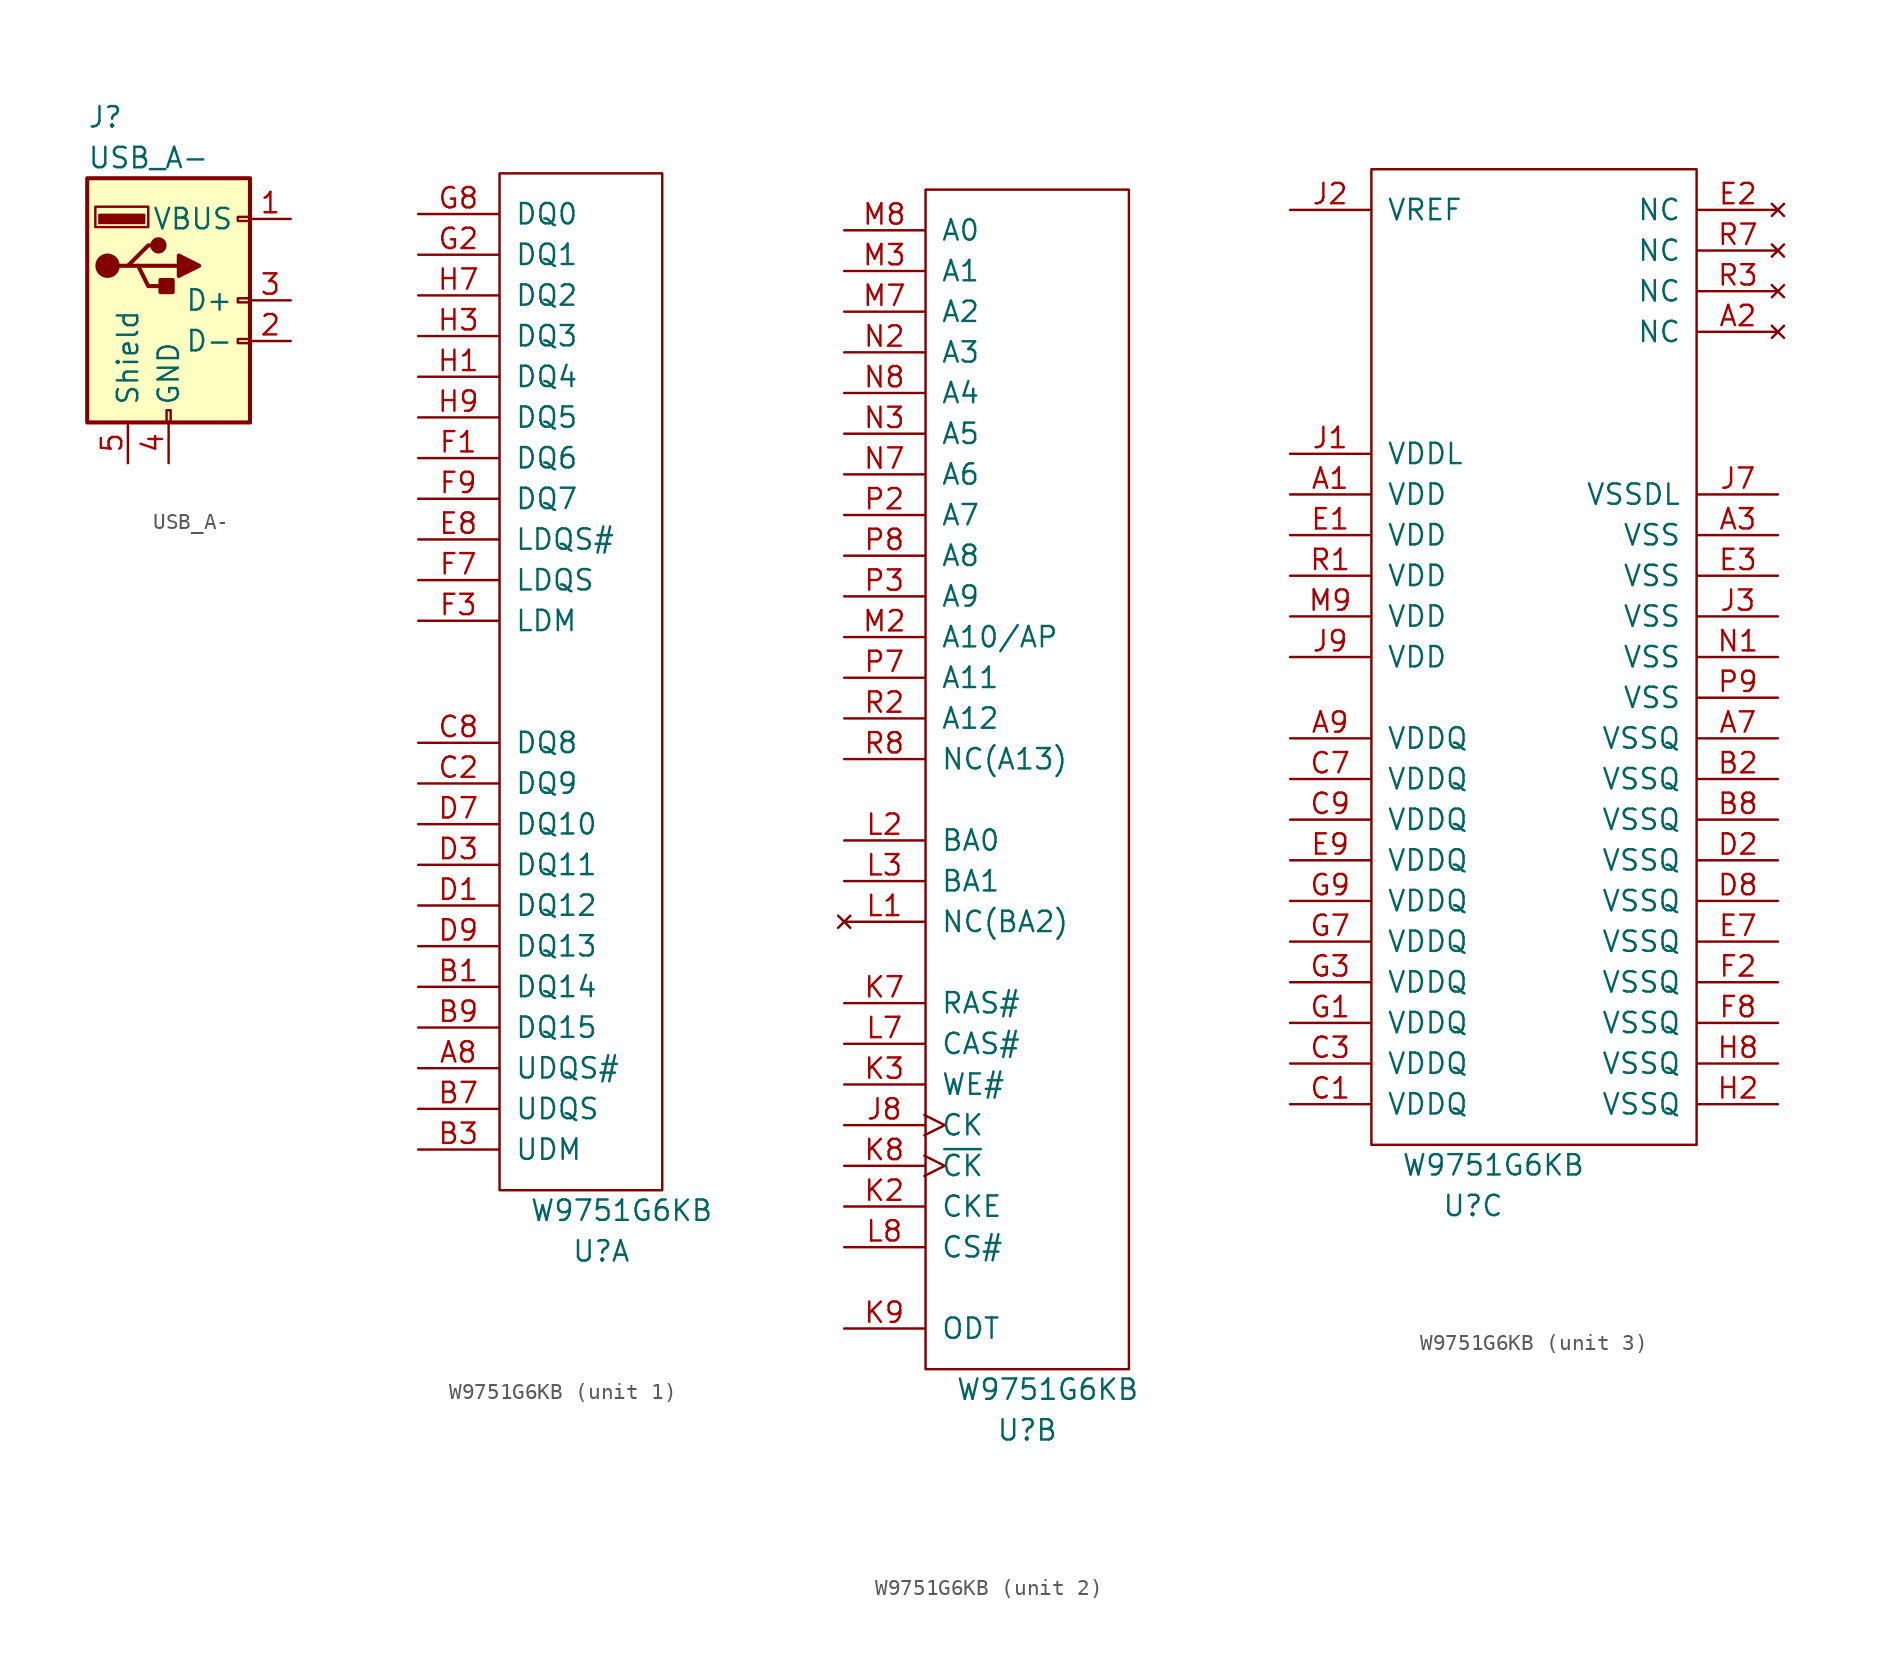
<source format=kicad_sym>
(kicad_symbol_lib
  (version 20220914)
  (generator kicad_symbol_editor)
  (symbol "USB_A-"
    (pin_names
      (offset 1.016))
    (property "Reference" "J"
      (at -5.08 11.43 0)
      (effects (font (size 1.27 1.27)) (justify left)))
    (property "Value" "USB_A-"
      (at -5.08 8.89 0)
      (effects (font (size 1.27 1.27)) (justify left)))
    (symbol "USB_A-_0_1"
      (rectangle (start -5.08 -7.62) (end 5.08 7.62) (stroke (width 0.254) (type solid)) (fill (type background)))
      (circle (center -3.81 2.159) (radius 0.635) (stroke (width 0.254) (type solid)) (fill (type outline)))
      (rectangle (start -1.524 4.826) (end -4.318 5.334) (stroke (width 0) (type solid)) (fill (type outline)))
      (rectangle (start -1.27 4.572) (end -4.572 5.842) (stroke (width 0) (type solid)) (fill (type none)))
      (circle (center -0.635 3.429) (radius 0.381) (stroke (width 0.254) (type solid)) (fill (type outline)))
      (rectangle (start -0.127 -7.62) (end 0.127 -6.858) (stroke (width 0) (type solid)) (fill (type none)))
      (polyline (pts (xy -3.175 2.159) (xy -2.54 2.159) (xy -1.27 3.429) (xy -0.635 3.429)) (stroke (width 0.254) (type solid)) (fill (type none)))
      (polyline (pts (xy -2.54 2.159) (xy -1.905 2.159) (xy -1.27 0.889) (xy 0 0.889)) (stroke (width 0.254) (type solid)) (fill (type none)))
      (polyline (pts (xy 0.635 2.794) (xy 0.635 1.524) (xy 1.905 2.159) (xy 0.635 2.794)) (stroke (width 0.254) (type solid)) (fill (type outline)))
      (rectangle (start 0.254 1.27) (end -0.508 0.508) (stroke (width 0.254) (type solid)) (fill (type outline)))
      (rectangle (start 5.08 -2.667) (end 4.318 -2.413) (stroke (width 0) (type solid)) (fill (type none)))
      (rectangle (start 5.08 -0.127) (end 4.318 0.127) (stroke (width 0) (type solid)) (fill (type none)))
      (rectangle (start 5.08 4.953) (end 4.318 5.207) (stroke (width 0) (type solid)) (fill (type none))))
    (symbol "USB_A-_1_1"
      (polyline (pts (xy -1.905 2.159) (xy 0.635 2.159)) (stroke (width 0.254) (type solid)) (fill (type none)))
      (pin power_in line (at 7.62 5.08 180) (length 2.54) (name "VBUS" (effects (font (size 1.27 1.27)))) (number "1" (effects (font (size 1.27 1.27)))))
      (pin passive line (at 7.62 -2.54 180) (length 2.54) (name "D-" (effects (font (size 1.27 1.27)))) (number "2" (effects (font (size 1.27 1.27)))))
      (pin passive line (at 7.62 0 180) (length 2.54) (name "D+" (effects (font (size 1.27 1.27)))) (number "3" (effects (font (size 1.27 1.27)))))
      (pin power_in line (at 0 -10.16 90) (length 2.54) (name "GND" (effects (font (size 1.27 1.27)))) (number "4" (effects (font (size 1.27 1.27)))))
      (pin passive line (at -2.54 -10.16 90) (length 2.54) (name "Shield" (effects (font (size 1.27 1.27)))) (number "5" (effects (font (size 1.27 1.27)))))))
  (symbol "W9751G6KB"
    (pin_names
      (offset 1.016))
    (property "Reference" "U"
      (at 6.35 -3.81 0)
      (effects (font (size 1.27 1.27))))
    (property "Value" "W9751G6KB"
      (at 7.62 -1.27 0)
      (effects (font (size 1.27 1.27))))
    (property "ki_locked" ""
      (at 0 0 0)
      (effects (font (size 1.27 1.27))))
    (symbol "W9751G6KB_1_0"
      (rectangle (start 0 0) (end 10.16 63.5) (stroke (width 0) (type solid)) (fill (type none))))
    (symbol "W9751G6KB_1_1"
      (pin bidirectional line (at -5.08 7.62 0) (length 5.004) (name "UDQS#" (effects (font (size 1.27 1.27)))) (number "A8" (effects (font (size 1.27 1.27)))))
      (pin bidirectional line (at -5.08 12.7 0) (length 5.004) (name "DQ14" (effects (font (size 1.27 1.27)))) (number "B1" (effects (font (size 1.27 1.27)))))
      (pin input line (at -5.08 2.54 0) (length 5.004) (name "UDM" (effects (font (size 1.27 1.27)))) (number "B3" (effects (font (size 1.27 1.27)))))
      (pin bidirectional line (at -5.08 5.08 0) (length 5.004) (name "UDQS" (effects (font (size 1.27 1.27)))) (number "B7" (effects (font (size 1.27 1.27)))))
      (pin bidirectional line (at -5.08 10.16 0) (length 5.004) (name "DQ15" (effects (font (size 1.27 1.27)))) (number "B9" (effects (font (size 1.27 1.27)))))
      (pin bidirectional line (at -5.08 25.4 0) (length 5.004) (name "DQ9" (effects (font (size 1.27 1.27)))) (number "C2" (effects (font (size 1.27 1.27)))))
      (pin bidirectional line (at -5.08 27.94 0) (length 5.004) (name "DQ8" (effects (font (size 1.27 1.27)))) (number "C8" (effects (font (size 1.27 1.27)))))
      (pin bidirectional line (at -5.08 17.78 0) (length 5.004) (name "DQ12" (effects (font (size 1.27 1.27)))) (number "D1" (effects (font (size 1.27 1.27)))))
      (pin bidirectional line (at -5.08 20.32 0) (length 5.004) (name "DQ11" (effects (font (size 1.27 1.27)))) (number "D3" (effects (font (size 1.27 1.27)))))
      (pin bidirectional line (at -5.08 22.86 0) (length 5.004) (name "DQ10" (effects (font (size 1.27 1.27)))) (number "D7" (effects (font (size 1.27 1.27)))))
      (pin bidirectional line (at -5.08 15.24 0) (length 5.004) (name "DQ13" (effects (font (size 1.27 1.27)))) (number "D9" (effects (font (size 1.27 1.27)))))
      (pin bidirectional line (at -5.08 40.64 0) (length 5.004) (name "LDQS#" (effects (font (size 1.27 1.27)))) (number "E8" (effects (font (size 1.27 1.27)))))
      (pin bidirectional line (at -5.08 45.72 0) (length 5.004) (name "DQ6" (effects (font (size 1.27 1.27)))) (number "F1" (effects (font (size 1.27 1.27)))))
      (pin bidirectional line (at -5.08 35.56 0) (length 5.004) (name "LDM" (effects (font (size 1.27 1.27)))) (number "F3" (effects (font (size 1.27 1.27)))))
      (pin bidirectional line (at -5.08 38.1 0) (length 5.004) (name "LDQS" (effects (font (size 1.27 1.27)))) (number "F7" (effects (font (size 1.27 1.27)))))
      (pin bidirectional line (at -5.08 43.18 0) (length 5.004) (name "DQ7" (effects (font (size 1.27 1.27)))) (number "F9" (effects (font (size 1.27 1.27)))))
      (pin bidirectional line (at -5.08 58.42 0) (length 5.004) (name "DQ1" (effects (font (size 1.27 1.27)))) (number "G2" (effects (font (size 1.27 1.27)))))
      (pin bidirectional line (at -5.08 60.96 0) (length 5.004) (name "DQ0" (effects (font (size 1.27 1.27)))) (number "G8" (effects (font (size 1.27 1.27)))))
      (pin bidirectional line (at -5.08 50.8 0) (length 5.004) (name "DQ4" (effects (font (size 1.27 1.27)))) (number "H1" (effects (font (size 1.27 1.27)))))
      (pin bidirectional line (at -5.08 53.34 0) (length 5.004) (name "DQ3" (effects (font (size 1.27 1.27)))) (number "H3" (effects (font (size 1.27 1.27)))))
      (pin bidirectional line (at -5.08 55.88 0) (length 5.004) (name "DQ2" (effects (font (size 1.27 1.27)))) (number "H7" (effects (font (size 1.27 1.27)))))
      (pin bidirectional line (at -5.08 48.26 0) (length 5.004) (name "DQ5" (effects (font (size 1.27 1.27)))) (number "H9" (effects (font (size 1.27 1.27))))))
    (symbol "W9751G6KB_2_0"
      (rectangle (start 0 0) (end 12.7 73.66) (stroke (width 0) (type solid)) (fill (type none))))
    (symbol "W9751G6KB_2_1"
      (pin input clock (at -5.08 15.24 0) (length 5.004) (name "CK" (effects (font (size 1.27 1.27)))) (number "J8" (effects (font (size 1.27 1.27)))))
      (pin input line (at -5.08 10.16 0) (length 5.004) (name "CKE" (effects (font (size 1.27 1.27)))) (number "K2" (effects (font (size 1.27 1.27)))))
      (pin input line (at -5.08 17.78 0) (length 5.004) (name "WE#" (effects (font (size 1.27 1.27)))) (number "K3" (effects (font (size 1.27 1.27)))))
      (pin input line (at -5.08 22.86 0) (length 5.004) (name "RAS#" (effects (font (size 1.27 1.27)))) (number "K7" (effects (font (size 1.27 1.27)))))
      (pin input clock (at -5.08 12.7 0) (length 5.004) (name "~{CK}" (effects (font (size 1.27 1.27)))) (number "K8" (effects (font (size 1.27 1.27)))))
      (pin input line (at -5.08 2.54 0) (length 5.004) (name "ODT" (effects (font (size 1.27 1.27)))) (number "K9" (effects (font (size 1.27 1.27)))))
      (pin no_connect line (at -5.08 27.94 0) (length 5.004) (name "NC(BA2)" (effects (font (size 1.27 1.27)))) (number "L1" (effects (font (size 1.27 1.27)))))
      (pin input line (at -5.08 33.02 0) (length 5.004) (name "BA0" (effects (font (size 1.27 1.27)))) (number "L2" (effects (font (size 1.27 1.27)))))
      (pin input line (at -5.08 30.48 0) (length 5.004) (name "BA1" (effects (font (size 1.27 1.27)))) (number "L3" (effects (font (size 1.27 1.27)))))
      (pin input line (at -5.08 20.32 0) (length 5.004) (name "CAS#" (effects (font (size 1.27 1.27)))) (number "L7" (effects (font (size 1.27 1.27)))))
      (pin input line (at -5.08 7.62 0) (length 5.004) (name "CS#" (effects (font (size 1.27 1.27)))) (number "L8" (effects (font (size 1.27 1.27)))))
      (pin input line (at -5.08 45.72 0) (length 5.004) (name "A10/AP" (effects (font (size 1.27 1.27)))) (number "M2" (effects (font (size 1.27 1.27)))))
      (pin input line (at -5.08 68.58 0) (length 5.004) (name "A1" (effects (font (size 1.27 1.27)))) (number "M3" (effects (font (size 1.27 1.27)))))
      (pin input line (at -5.08 66.04 0) (length 5.004) (name "A2" (effects (font (size 1.27 1.27)))) (number "M7" (effects (font (size 1.27 1.27)))))
      (pin input line (at -5.08 71.12 0) (length 5.004) (name "A0" (effects (font (size 1.27 1.27)))) (number "M8" (effects (font (size 1.27 1.27)))))
      (pin input line (at -5.08 63.5 0) (length 5.004) (name "A3" (effects (font (size 1.27 1.27)))) (number "N2" (effects (font (size 1.27 1.27)))))
      (pin input line (at -5.08 58.42 0) (length 5.004) (name "A5" (effects (font (size 1.27 1.27)))) (number "N3" (effects (font (size 1.27 1.27)))))
      (pin input line (at -5.08 55.88 0) (length 5.004) (name "A6" (effects (font (size 1.27 1.27)))) (number "N7" (effects (font (size 1.27 1.27)))))
      (pin input line (at -5.08 60.96 0) (length 5.004) (name "A4" (effects (font (size 1.27 1.27)))) (number "N8" (effects (font (size 1.27 1.27)))))
      (pin input line (at -5.08 53.34 0) (length 5.004) (name "A7" (effects (font (size 1.27 1.27)))) (number "P2" (effects (font (size 1.27 1.27)))))
      (pin input line (at -5.08 48.26 0) (length 5.004) (name "A9" (effects (font (size 1.27 1.27)))) (number "P3" (effects (font (size 1.27 1.27)))))
      (pin input line (at -5.08 43.18 0) (length 5.004) (name "A11" (effects (font (size 1.27 1.27)))) (number "P7" (effects (font (size 1.27 1.27)))))
      (pin input line (at -5.08 50.8 0) (length 5.004) (name "A8" (effects (font (size 1.27 1.27)))) (number "P8" (effects (font (size 1.27 1.27)))))
      (pin input line (at -5.08 40.64 0) (length 5.004) (name "A12" (effects (font (size 1.27 1.27)))) (number "R2" (effects (font (size 1.27 1.27)))))
      (pin input line (at -5.08 38.1 0) (length 5.004) (name "NC(A13)" (effects (font (size 1.27 1.27)))) (number "R8" (effects (font (size 1.27 1.27))))))
    (symbol "W9751G6KB_3_0"
      (rectangle (start 0 0) (end 20.32 60.96) (stroke (width 0) (type solid)) (fill (type none))))
    (symbol "W9751G6KB_3_1"
      (pin power_in line (at -5.08 40.64 0) (length 5.004) (name "VDD" (effects (font (size 1.27 1.27)))) (number "A1" (effects (font (size 1.27 1.27)))))
      (pin no_connect line (at 25.4 50.8 180) (length 5.004) (name "NC" (effects (font (size 1.27 1.27)))) (number "A2" (effects (font (size 1.27 1.27)))))
      (pin power_in line (at 25.4 38.1 180) (length 5.004) (name "VSS" (effects (font (size 1.27 1.27)))) (number "A3" (effects (font (size 1.27 1.27)))))
      (pin power_in line (at 25.4 25.4 180) (length 5.004) (name "VSSQ" (effects (font (size 1.27 1.27)))) (number "A7" (effects (font (size 1.27 1.27)))))
      (pin power_in line (at -5.08 25.4 0) (length 5.004) (name "VDDQ" (effects (font (size 1.27 1.27)))) (number "A9" (effects (font (size 1.27 1.27)))))
      (pin power_in line (at 25.4 22.86 180) (length 5.004) (name "VSSQ" (effects (font (size 1.27 1.27)))) (number "B2" (effects (font (size 1.27 1.27)))))
      (pin power_in line (at 25.4 20.32 180) (length 5.004) (name "VSSQ" (effects (font (size 1.27 1.27)))) (number "B8" (effects (font (size 1.27 1.27)))))
      (pin power_in line (at -5.08 2.54 0) (length 5.004) (name "VDDQ" (effects (font (size 1.27 1.27)))) (number "C1" (effects (font (size 1.27 1.27)))))
      (pin power_in line (at -5.08 5.08 0) (length 5.004) (name "VDDQ" (effects (font (size 1.27 1.27)))) (number "C3" (effects (font (size 1.27 1.27)))))
      (pin power_in line (at -5.08 22.86 0) (length 5.004) (name "VDDQ" (effects (font (size 1.27 1.27)))) (number "C7" (effects (font (size 1.27 1.27)))))
      (pin power_in line (at -5.08 20.32 0) (length 5.004) (name "VDDQ" (effects (font (size 1.27 1.27)))) (number "C9" (effects (font (size 1.27 1.27)))))
      (pin power_in line (at 25.4 17.78 180) (length 5.004) (name "VSSQ" (effects (font (size 1.27 1.27)))) (number "D2" (effects (font (size 1.27 1.27)))))
      (pin power_in line (at 25.4 15.24 180) (length 5.004) (name "VSSQ" (effects (font (size 1.27 1.27)))) (number "D8" (effects (font (size 1.27 1.27)))))
      (pin power_in line (at -5.08 38.1 0) (length 5.004) (name "VDD" (effects (font (size 1.27 1.27)))) (number "E1" (effects (font (size 1.27 1.27)))))
      (pin no_connect line (at 25.4 58.42 180) (length 5.004) (name "NC" (effects (font (size 1.27 1.27)))) (number "E2" (effects (font (size 1.27 1.27)))))
      (pin power_in line (at 25.4 35.56 180) (length 5.004) (name "VSS" (effects (font (size 1.27 1.27)))) (number "E3" (effects (font (size 1.27 1.27)))))
      (pin power_in line (at 25.4 12.7 180) (length 5.004) (name "VSSQ" (effects (font (size 1.27 1.27)))) (number "E7" (effects (font (size 1.27 1.27)))))
      (pin power_in line (at -5.08 17.78 0) (length 5.004) (name "VDDQ" (effects (font (size 1.27 1.27)))) (number "E9" (effects (font (size 1.27 1.27)))))
      (pin power_in line (at 25.4 10.16 180) (length 5.004) (name "VSSQ" (effects (font (size 1.27 1.27)))) (number "F2" (effects (font (size 1.27 1.27)))))
      (pin power_in line (at 25.4 7.62 180) (length 5.004) (name "VSSQ" (effects (font (size 1.27 1.27)))) (number "F8" (effects (font (size 1.27 1.27)))))
      (pin power_in line (at -5.08 7.62 0) (length 5.004) (name "VDDQ" (effects (font (size 1.27 1.27)))) (number "G1" (effects (font (size 1.27 1.27)))))
      (pin power_in line (at -5.08 10.16 0) (length 5.004) (name "VDDQ" (effects (font (size 1.27 1.27)))) (number "G3" (effects (font (size 1.27 1.27)))))
      (pin power_in line (at -5.08 12.7 0) (length 5.004) (name "VDDQ" (effects (font (size 1.27 1.27)))) (number "G7" (effects (font (size 1.27 1.27)))))
      (pin power_in line (at -5.08 15.24 0) (length 5.004) (name "VDDQ" (effects (font (size 1.27 1.27)))) (number "G9" (effects (font (size 1.27 1.27)))))
      (pin power_in line (at 25.4 2.54 180) (length 5.004) (name "VSSQ" (effects (font (size 1.27 1.27)))) (number "H2" (effects (font (size 1.27 1.27)))))
      (pin power_in line (at 25.4 5.08 180) (length 5.004) (name "VSSQ" (effects (font (size 1.27 1.27)))) (number "H8" (effects (font (size 1.27 1.27)))))
      (pin power_in line (at -5.08 43.18 0) (length 5.004) (name "VDDL" (effects (font (size 1.27 1.27)))) (number "J1" (effects (font (size 1.27 1.27)))))
      (pin input line (at -5.08 58.42 0) (length 5.004) (name "VREF" (effects (font (size 1.27 1.27)))) (number "J2" (effects (font (size 1.27 1.27)))))
      (pin power_in line (at 25.4 33.02 180) (length 5.004) (name "VSS" (effects (font (size 1.27 1.27)))) (number "J3" (effects (font (size 1.27 1.27)))))
      (pin power_in line (at 25.4 40.64 180) (length 5.004) (name "VSSDL" (effects (font (size 1.27 1.27)))) (number "J7" (effects (font (size 1.27 1.27)))))
      (pin power_in line (at -5.08 30.48 0) (length 5.004) (name "VDD" (effects (font (size 1.27 1.27)))) (number "J9" (effects (font (size 1.27 1.27)))))
      (pin power_in line (at -5.08 33.02 0) (length 5.004) (name "VDD" (effects (font (size 1.27 1.27)))) (number "M9" (effects (font (size 1.27 1.27)))))
      (pin power_in line (at 25.4 30.48 180) (length 5.004) (name "VSS" (effects (font (size 1.27 1.27)))) (number "N1" (effects (font (size 1.27 1.27)))))
      (pin power_in line (at 25.4 27.94 180) (length 5.004) (name "VSS" (effects (font (size 1.27 1.27)))) (number "P9" (effects (font (size 1.27 1.27)))))
      (pin power_in line (at -5.08 35.56 0) (length 5.004) (name "VDD" (effects (font (size 1.27 1.27)))) (number "R1" (effects (font (size 1.27 1.27)))))
      (pin no_connect line (at 25.4 53.34 180) (length 5.004) (name "NC" (effects (font (size 1.27 1.27)))) (number "R3" (effects (font (size 1.27 1.27)))))
      (pin no_connect line (at 25.4 55.88 180) (length 5.004) (name "NC" (effects (font (size 1.27 1.27)))) (number "R7" (effects (font (size 1.27 1.27))))))))
</source>
